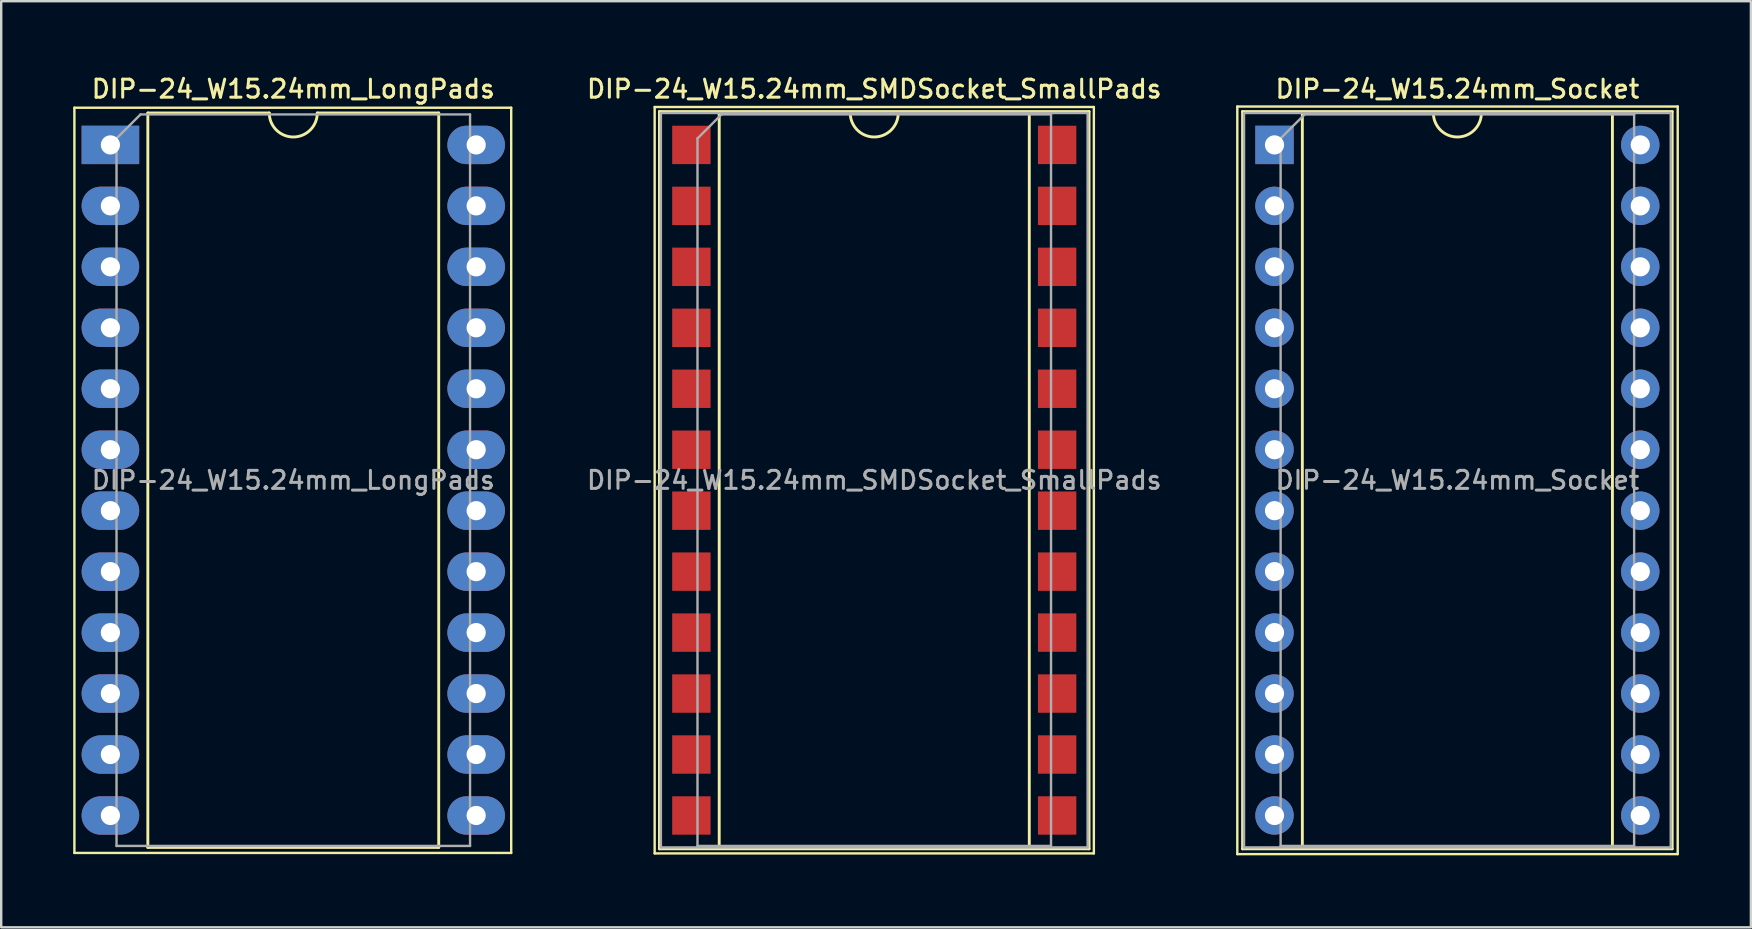
<source format=kicad_pcb>
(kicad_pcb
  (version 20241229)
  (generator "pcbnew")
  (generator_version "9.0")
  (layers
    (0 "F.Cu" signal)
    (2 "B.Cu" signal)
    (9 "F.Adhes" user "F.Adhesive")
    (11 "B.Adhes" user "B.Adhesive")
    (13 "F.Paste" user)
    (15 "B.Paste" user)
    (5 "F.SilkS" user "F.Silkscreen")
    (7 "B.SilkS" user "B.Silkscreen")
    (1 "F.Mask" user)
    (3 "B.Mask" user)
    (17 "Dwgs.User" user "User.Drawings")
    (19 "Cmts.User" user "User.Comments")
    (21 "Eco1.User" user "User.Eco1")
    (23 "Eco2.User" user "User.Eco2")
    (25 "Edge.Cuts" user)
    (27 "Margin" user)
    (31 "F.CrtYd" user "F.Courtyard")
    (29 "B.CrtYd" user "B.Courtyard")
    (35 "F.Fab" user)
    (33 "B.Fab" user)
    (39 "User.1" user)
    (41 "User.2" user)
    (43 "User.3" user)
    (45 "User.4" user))
  (footprint "DIP-24_W15.24mm_SMDSocket_SmallPads"
    (layer "F.Cu")
    (at 33.377 16.958)
    (property "Reference" "DIP-24_W15.24mm_SMDSocket_SmallPads" (at 0 -16.3 0) (layer "F.SilkS") (effects (font (size 0.75 0.75) (thickness 0.125))))
    (attr smd)
    (fp_line (start -9.15 -15.55) (end -9.15 15.55) (stroke (width 0.1) (type solid)) (layer "F.SilkS"))
    (fp_line (start -9.15 15.55) (end 9.15 15.55) (stroke (width 0.1) (type solid)) (layer "F.SilkS"))
    (fp_line (start -8.95 -15.36) (end -8.95 15.36) (stroke (width 0.12) (type solid)) (layer "F.SilkS"))
    (fp_line (start -8.95 15.36) (end 8.95 15.36) (stroke (width 0.12) (type solid)) (layer "F.SilkS"))
    (fp_line (start -6.46 -15.3) (end -6.46 15.3) (stroke (width 0.12) (type solid)) (layer "F.SilkS"))
    (fp_line (start -6.46 15.3) (end 6.46 15.3) (stroke (width 0.12) (type solid)) (layer "F.SilkS"))
    (fp_line (start -1 -15.3) (end -6.46 -15.3) (stroke (width 0.12) (type solid)) (layer "F.SilkS"))
    (fp_line (start 6.46 -15.3) (end 1 -15.3) (stroke (width 0.12) (type solid)) (layer "F.SilkS"))
    (fp_line (start 6.46 15.3) (end 6.46 -15.3) (stroke (width 0.12) (type solid)) (layer "F.SilkS"))
    (fp_line (start 8.95 -15.36) (end -8.95 -15.36) (stroke (width 0.12) (type solid)) (layer "F.SilkS"))
    (fp_line (start 8.95 15.36) (end 8.95 -15.36) (stroke (width 0.12) (type solid)) (layer "F.SilkS"))
    (fp_line (start 9.15 -15.55) (end -9.15 -15.55) (stroke (width 0.1) (type solid)) (layer "F.SilkS"))
    (fp_line (start 9.15 15.55) (end 9.15 -15.55) (stroke (width 0.1) (type solid)) (layer "F.SilkS"))
    (fp_arc (start 1 -15.3) (mid 0 -14.3) (end -1 -15.3) (stroke (width 0.12) (type solid)) (layer "F.SilkS"))
    (fp_line (start -8.89 -15.3) (end -8.89 15.3) (stroke (width 0.1) (type solid)) (layer "F.Fab"))
    (fp_line (start -8.89 15.3) (end 8.89 15.3) (stroke (width 0.1) (type solid)) (layer "F.Fab"))
    (fp_line (start -7.365 -14.24) (end -6.365 -15.24) (stroke (width 0.1) (type solid)) (layer "F.Fab"))
    (fp_line (start -7.365 15.24) (end -7.365 -14.24) (stroke (width 0.1) (type solid)) (layer "F.Fab"))
    (fp_line (start -6.365 -15.24) (end 7.365 -15.24) (stroke (width 0.1) (type solid)) (layer "F.Fab"))
    (fp_line (start 7.365 -15.24) (end 7.365 15.24) (stroke (width 0.1) (type solid)) (layer "F.Fab"))
    (fp_line (start 7.365 15.24) (end -7.365 15.24) (stroke (width 0.1) (type solid)) (layer "F.Fab"))
    (fp_line (start 8.89 -15.3) (end -8.89 -15.3) (stroke (width 0.1) (type solid)) (layer "F.Fab"))
    (fp_line (start 8.89 15.3) (end 8.89 -15.3) (stroke (width 0.1) (type solid)) (layer "F.Fab"))
    (fp_text user "${REFERENCE}" (at 0 0 0) (layer "F.Fab") (effects (font (size 0.75 0.75) (thickness 0.125))))
    (pad "1" smd rect (at -7.62 -13.97) (size 1.6 1.6) (layers "F.Cu" "F.Mask" "F.Paste"))
    (pad "2" smd rect (at -7.62 -11.43) (size 1.6 1.6) (layers "F.Cu" "F.Mask" "F.Paste"))
    (pad "3" smd rect (at -7.62 -8.89) (size 1.6 1.6) (layers "F.Cu" "F.Mask" "F.Paste"))
    (pad "4" smd rect (at -7.62 -6.35) (size 1.6 1.6) (layers "F.Cu" "F.Mask" "F.Paste"))
    (pad "5" smd rect (at -7.62 -3.81) (size 1.6 1.6) (layers "F.Cu" "F.Mask" "F.Paste"))
    (pad "6" smd rect (at -7.62 -1.27) (size 1.6 1.6) (layers "F.Cu" "F.Mask" "F.Paste"))
    (pad "7" smd rect (at -7.62 1.27) (size 1.6 1.6) (layers "F.Cu" "F.Mask" "F.Paste"))
    (pad "8" smd rect (at -7.62 3.81) (size 1.6 1.6) (layers "F.Cu" "F.Mask" "F.Paste"))
    (pad "9" smd rect (at -7.62 6.35) (size 1.6 1.6) (layers "F.Cu" "F.Mask" "F.Paste"))
    (pad "10" smd rect (at -7.62 8.89) (size 1.6 1.6) (layers "F.Cu" "F.Mask" "F.Paste"))
    (pad "11" smd rect (at -7.62 11.43) (size 1.6 1.6) (layers "F.Cu" "F.Mask" "F.Paste"))
    (pad "12" smd rect (at -7.62 13.97) (size 1.6 1.6) (layers "F.Cu" "F.Mask" "F.Paste"))
    (pad "13" smd rect (at 7.62 13.97) (size 1.6 1.6) (layers "F.Cu" "F.Mask" "F.Paste"))
    (pad "14" smd rect (at 7.62 11.43) (size 1.6 1.6) (layers "F.Cu" "F.Mask" "F.Paste"))
    (pad "15" smd rect (at 7.62 8.89) (size 1.6 1.6) (layers "F.Cu" "F.Mask" "F.Paste"))
    (pad "16" smd rect (at 7.62 6.35) (size 1.6 1.6) (layers "F.Cu" "F.Mask" "F.Paste"))
    (pad "17" smd rect (at 7.62 3.81) (size 1.6 1.6) (layers "F.Cu" "F.Mask" "F.Paste"))
    (pad "18" smd rect (at 7.62 1.27) (size 1.6 1.6) (layers "F.Cu" "F.Mask" "F.Paste"))
    (pad "19" smd rect (at 7.62 -1.27) (size 1.6 1.6) (layers "F.Cu" "F.Mask" "F.Paste"))
    (pad "20" smd rect (at 7.62 -3.81) (size 1.6 1.6) (layers "F.Cu" "F.Mask" "F.Paste"))
    (pad "21" smd rect (at 7.62 -6.35) (size 1.6 1.6) (layers "F.Cu" "F.Mask" "F.Paste"))
    (pad "22" smd rect (at 7.62 -8.89) (size 1.6 1.6) (layers "F.Cu" "F.Mask" "F.Paste"))
    (pad "23" smd rect (at 7.62 -11.43) (size 1.6 1.6) (layers "F.Cu" "F.Mask" "F.Paste"))
    (pad "24" smd rect (at 7.62 -13.97) (size 1.6 1.6) (layers "F.Cu" "F.Mask" "F.Paste")))
  (footprint "DIP-24_W15.24mm_LongPads"
    (layer "F.Cu")
    (at 1.55 2.988)
    (property "Reference" "DIP-24_W15.24mm_LongPads" (at 7.62 -2.33 0) (layer "F.SilkS") (effects (font (size 0.75 0.75) (thickness 0.125))))
    (attr through_hole)
    (fp_line (start -1.5 -1.55) (end -1.5 29.5) (stroke (width 0.1) (type solid)) (layer "F.SilkS"))
    (fp_line (start -1.5 29.5) (end 16.7 29.5) (stroke (width 0.1) (type solid)) (layer "F.SilkS"))
    (fp_line (start 1.56 -1.33) (end 1.56 29.27) (stroke (width 0.12) (type solid)) (layer "F.SilkS"))
    (fp_line (start 1.56 29.27) (end 13.68 29.27) (stroke (width 0.12) (type solid)) (layer "F.SilkS"))
    (fp_line (start 6.62 -1.33) (end 1.56 -1.33) (stroke (width 0.12) (type solid)) (layer "F.SilkS"))
    (fp_line (start 13.68 -1.33) (end 8.62 -1.33) (stroke (width 0.12) (type solid)) (layer "F.SilkS"))
    (fp_line (start 13.68 29.27) (end 13.68 -1.33) (stroke (width 0.12) (type solid)) (layer "F.SilkS"))
    (fp_line (start 16.7 -1.55) (end -1.5 -1.55) (stroke (width 0.1) (type solid)) (layer "F.SilkS"))
    (fp_line (start 16.7 29.5) (end 16.7 -1.55) (stroke (width 0.1) (type solid)) (layer "F.SilkS"))
    (fp_arc (start 8.62 -1.33) (mid 7.62 -0.33) (end 6.62 -1.33) (stroke (width 0.12) (type solid)) (layer "F.SilkS"))
    (fp_line (start 0.255 -0.27) (end 1.255 -1.27) (stroke (width 0.1) (type solid)) (layer "F.Fab"))
    (fp_line (start 0.255 29.21) (end 0.255 -0.27) (stroke (width 0.1) (type solid)) (layer "F.Fab"))
    (fp_line (start 1.255 -1.27) (end 14.985 -1.27) (stroke (width 0.1) (type solid)) (layer "F.Fab"))
    (fp_line (start 14.985 -1.27) (end 14.985 29.21) (stroke (width 0.1) (type solid)) (layer "F.Fab"))
    (fp_line (start 14.985 29.21) (end 0.255 29.21) (stroke (width 0.1) (type solid)) (layer "F.Fab"))
    (fp_text user "${REFERENCE}" (at 7.62 13.97 0) (layer "F.Fab") (effects (font (size 0.75 0.75) (thickness 0.125))))
    (pad "1" thru_hole rect (at 0 0) (size 2.4 1.6) (drill 0.8) (layers "*.Cu" "*.Mask"))
    (pad "2" thru_hole oval (at 0 2.54) (size 2.4 1.6) (drill 0.8) (layers "*.Cu" "*.Mask"))
    (pad "3" thru_hole oval (at 0 5.08) (size 2.4 1.6) (drill 0.8) (layers "*.Cu" "*.Mask"))
    (pad "4" thru_hole oval (at 0 7.62) (size 2.4 1.6) (drill 0.8) (layers "*.Cu" "*.Mask"))
    (pad "5" thru_hole oval (at 0 10.16) (size 2.4 1.6) (drill 0.8) (layers "*.Cu" "*.Mask"))
    (pad "6" thru_hole oval (at 0 12.7) (size 2.4 1.6) (drill 0.8) (layers "*.Cu" "*.Mask"))
    (pad "7" thru_hole oval (at 0 15.24) (size 2.4 1.6) (drill 0.8) (layers "*.Cu" "*.Mask"))
    (pad "8" thru_hole oval (at 0 17.78) (size 2.4 1.6) (drill 0.8) (layers "*.Cu" "*.Mask"))
    (pad "9" thru_hole oval (at 0 20.32) (size 2.4 1.6) (drill 0.8) (layers "*.Cu" "*.Mask"))
    (pad "10" thru_hole oval (at 0 22.86) (size 2.4 1.6) (drill 0.8) (layers "*.Cu" "*.Mask"))
    (pad "11" thru_hole oval (at 0 25.4) (size 2.4 1.6) (drill 0.8) (layers "*.Cu" "*.Mask"))
    (pad "12" thru_hole oval (at 0 27.94) (size 2.4 1.6) (drill 0.8) (layers "*.Cu" "*.Mask"))
    (pad "13" thru_hole oval (at 15.24 27.94) (size 2.4 1.6) (drill 0.8) (layers "*.Cu" "*.Mask"))
    (pad "14" thru_hole oval (at 15.24 25.4) (size 2.4 1.6) (drill 0.8) (layers "*.Cu" "*.Mask"))
    (pad "15" thru_hole oval (at 15.24 22.86) (size 2.4 1.6) (drill 0.8) (layers "*.Cu" "*.Mask"))
    (pad "16" thru_hole oval (at 15.24 20.32) (size 2.4 1.6) (drill 0.8) (layers "*.Cu" "*.Mask"))
    (pad "17" thru_hole oval (at 15.24 17.78) (size 2.4 1.6) (drill 0.8) (layers "*.Cu" "*.Mask"))
    (pad "18" thru_hole oval (at 15.24 15.24) (size 2.4 1.6) (drill 0.8) (layers "*.Cu" "*.Mask"))
    (pad "19" thru_hole oval (at 15.24 12.7) (size 2.4 1.6) (drill 0.8) (layers "*.Cu" "*.Mask"))
    (pad "20" thru_hole oval (at 15.24 10.16) (size 2.4 1.6) (drill 0.8) (layers "*.Cu" "*.Mask"))
    (pad "21" thru_hole oval (at 15.24 7.62) (size 2.4 1.6) (drill 0.8) (layers "*.Cu" "*.Mask"))
    (pad "22" thru_hole oval (at 15.24 5.08) (size 2.4 1.6) (drill 0.8) (layers "*.Cu" "*.Mask"))
    (pad "23" thru_hole oval (at 15.24 2.54) (size 2.4 1.6) (drill 0.8) (layers "*.Cu" "*.Mask"))
    (pad "24" thru_hole oval (at 15.24 0) (size 2.4 1.6) (drill 0.8) (layers "*.Cu" "*.Mask")))
  (footprint "DIP-24_W15.24mm_Socket"
    (layer "F.Cu")
    (at 50.054 2.988)
    (property "Reference" "DIP-24_W15.24mm_Socket" (at 7.62 -2.33 0) (layer "F.SilkS") (effects (font (size 0.75 0.75) (thickness 0.125))))
    (attr through_hole)
    (fp_line (start -1.55 -1.6) (end -1.55 29.55) (stroke (width 0.1) (type solid)) (layer "F.SilkS"))
    (fp_line (start -1.55 29.55) (end 16.8 29.55) (stroke (width 0.1) (type solid)) (layer "F.SilkS"))
    (fp_line (start -1.33 -1.39) (end -1.33 29.33) (stroke (width 0.12) (type solid)) (layer "F.SilkS"))
    (fp_line (start -1.33 29.33) (end 16.57 29.33) (stroke (width 0.12) (type solid)) (layer "F.SilkS"))
    (fp_line (start 1.16 -1.33) (end 1.16 29.27) (stroke (width 0.12) (type solid)) (layer "F.SilkS"))
    (fp_line (start 1.16 29.27) (end 14.08 29.27) (stroke (width 0.12) (type solid)) (layer "F.SilkS"))
    (fp_line (start 6.62 -1.33) (end 1.16 -1.33) (stroke (width 0.12) (type solid)) (layer "F.SilkS"))
    (fp_line (start 14.08 -1.33) (end 8.62 -1.33) (stroke (width 0.12) (type solid)) (layer "F.SilkS"))
    (fp_line (start 14.08 29.27) (end 14.08 -1.33) (stroke (width 0.12) (type solid)) (layer "F.SilkS"))
    (fp_line (start 16.57 -1.39) (end -1.33 -1.39) (stroke (width 0.12) (type solid)) (layer "F.SilkS"))
    (fp_line (start 16.57 29.33) (end 16.57 -1.39) (stroke (width 0.12) (type solid)) (layer "F.SilkS"))
    (fp_line (start 16.8 -1.6) (end -1.55 -1.6) (stroke (width 0.1) (type solid)) (layer "F.SilkS"))
    (fp_line (start 16.8 29.55) (end 16.8 -1.6) (stroke (width 0.1) (type solid)) (layer "F.SilkS"))
    (fp_arc (start 8.62 -1.33) (mid 7.62 -0.33) (end 6.62 -1.33) (stroke (width 0.12) (type solid)) (layer "F.SilkS"))
    (fp_line (start -1.27 -1.33) (end -1.27 29.27) (stroke (width 0.1) (type solid)) (layer "F.Fab"))
    (fp_line (start -1.27 29.27) (end 16.51 29.27) (stroke (width 0.1) (type solid)) (layer "F.Fab"))
    (fp_line (start 0.255 -0.27) (end 1.255 -1.27) (stroke (width 0.1) (type solid)) (layer "F.Fab"))
    (fp_line (start 0.255 29.21) (end 0.255 -0.27) (stroke (width 0.1) (type solid)) (layer "F.Fab"))
    (fp_line (start 1.255 -1.27) (end 14.985 -1.27) (stroke (width 0.1) (type solid)) (layer "F.Fab"))
    (fp_line (start 14.985 -1.27) (end 14.985 29.21) (stroke (width 0.1) (type solid)) (layer "F.Fab"))
    (fp_line (start 14.985 29.21) (end 0.255 29.21) (stroke (width 0.1) (type solid)) (layer "F.Fab"))
    (fp_line (start 16.51 -1.33) (end -1.27 -1.33) (stroke (width 0.1) (type solid)) (layer "F.Fab"))
    (fp_line (start 16.51 29.27) (end 16.51 -1.33) (stroke (width 0.1) (type solid)) (layer "F.Fab"))
    (fp_text user "${REFERENCE}" (at 7.62 13.97 0) (layer "F.Fab") (effects (font (size 0.75 0.75) (thickness 0.125))))
    (pad "1" thru_hole rect (at 0 0) (size 1.6 1.6) (drill 0.8) (layers "*.Cu" "*.Mask"))
    (pad "2" thru_hole oval (at 0 2.54) (size 1.6 1.6) (drill 0.8) (layers "*.Cu" "*.Mask"))
    (pad "3" thru_hole oval (at 0 5.08) (size 1.6 1.6) (drill 0.8) (layers "*.Cu" "*.Mask"))
    (pad "4" thru_hole oval (at 0 7.62) (size 1.6 1.6) (drill 0.8) (layers "*.Cu" "*.Mask"))
    (pad "5" thru_hole oval (at 0 10.16) (size 1.6 1.6) (drill 0.8) (layers "*.Cu" "*.Mask"))
    (pad "6" thru_hole oval (at 0 12.7) (size 1.6 1.6) (drill 0.8) (layers "*.Cu" "*.Mask"))
    (pad "7" thru_hole oval (at 0 15.24) (size 1.6 1.6) (drill 0.8) (layers "*.Cu" "*.Mask"))
    (pad "8" thru_hole oval (at 0 17.78) (size 1.6 1.6) (drill 0.8) (layers "*.Cu" "*.Mask"))
    (pad "9" thru_hole oval (at 0 20.32) (size 1.6 1.6) (drill 0.8) (layers "*.Cu" "*.Mask"))
    (pad "10" thru_hole oval (at 0 22.86) (size 1.6 1.6) (drill 0.8) (layers "*.Cu" "*.Mask"))
    (pad "11" thru_hole oval (at 0 25.4) (size 1.6 1.6) (drill 0.8) (layers "*.Cu" "*.Mask"))
    (pad "12" thru_hole oval (at 0 27.94) (size 1.6 1.6) (drill 0.8) (layers "*.Cu" "*.Mask"))
    (pad "13" thru_hole oval (at 15.24 27.94) (size 1.6 1.6) (drill 0.8) (layers "*.Cu" "*.Mask"))
    (pad "14" thru_hole oval (at 15.24 25.4) (size 1.6 1.6) (drill 0.8) (layers "*.Cu" "*.Mask"))
    (pad "15" thru_hole oval (at 15.24 22.86) (size 1.6 1.6) (drill 0.8) (layers "*.Cu" "*.Mask"))
    (pad "16" thru_hole oval (at 15.24 20.32) (size 1.6 1.6) (drill 0.8) (layers "*.Cu" "*.Mask"))
    (pad "17" thru_hole oval (at 15.24 17.78) (size 1.6 1.6) (drill 0.8) (layers "*.Cu" "*.Mask"))
    (pad "18" thru_hole oval (at 15.24 15.24) (size 1.6 1.6) (drill 0.8) (layers "*.Cu" "*.Mask"))
    (pad "19" thru_hole oval (at 15.24 12.7) (size 1.6 1.6) (drill 0.8) (layers "*.Cu" "*.Mask"))
    (pad "20" thru_hole oval (at 15.24 10.16) (size 1.6 1.6) (drill 0.8) (layers "*.Cu" "*.Mask"))
    (pad "21" thru_hole oval (at 15.24 7.62) (size 1.6 1.6) (drill 0.8) (layers "*.Cu" "*.Mask"))
    (pad "22" thru_hole oval (at 15.24 5.08) (size 1.6 1.6) (drill 0.8) (layers "*.Cu" "*.Mask"))
    (pad "23" thru_hole oval (at 15.24 2.54) (size 1.6 1.6) (drill 0.8) (layers "*.Cu" "*.Mask"))
    (pad "24" thru_hole oval (at 15.24 0) (size 1.6 1.6) (drill 0.8) (layers "*.Cu" "*.Mask")))
  (gr_rect
    (start -3 -3)
    (end 69.904 35.588)
    (stroke (width 0.1) (type default))
    (fill no)
    (layer "Edge.Cuts")))
</source>
